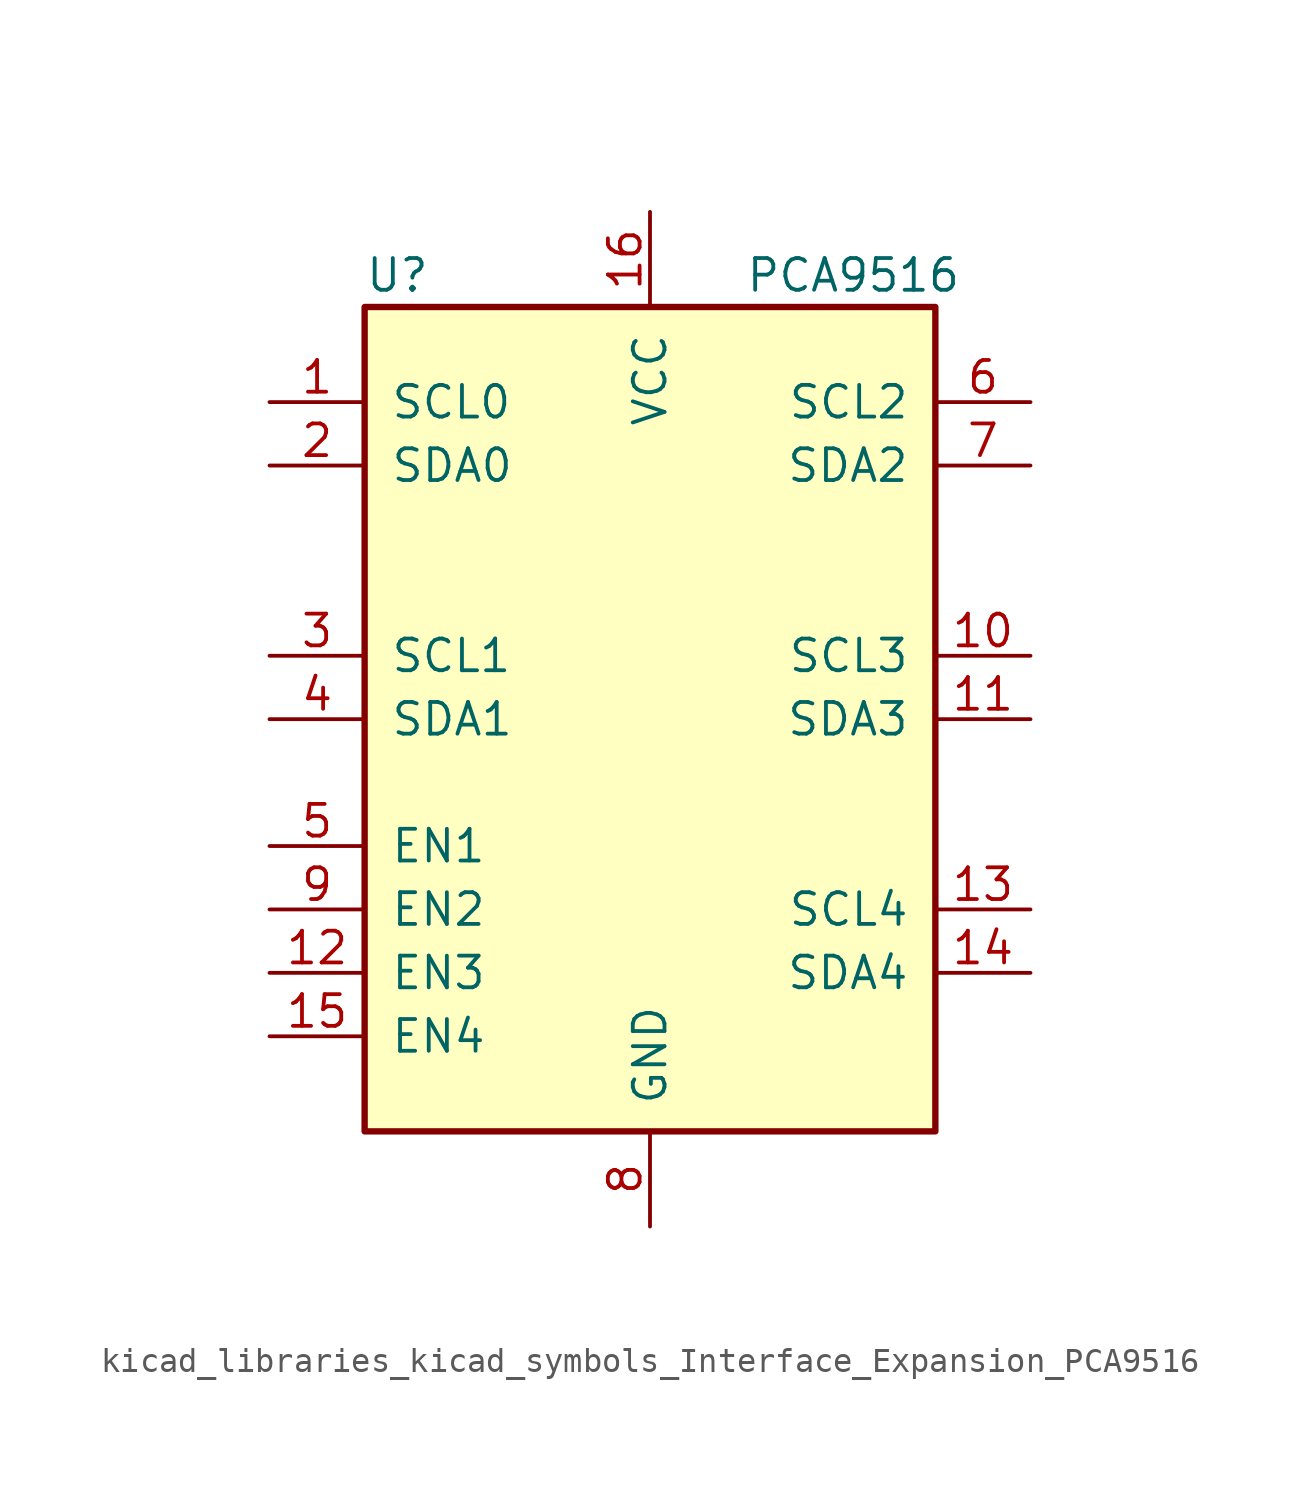
<source format=kicad_sym>
(kicad_symbol_lib
  (version 20220914)
  (generator kicad_symbol_editor)
  (symbol "kicad_libraries_kicad_symbols_Interface_Expansion_PCA9516"
    (pin_names
      (offset 1.016))
    (property "Reference" "U"
      (at -11.43 17.78 0)
      (effects (font (size 1.27 1.27)) (justify left)))
    (property "Value" "PCA9516"
      (at 3.81 17.78 0)
      (effects (font (size 1.27 1.27)) (justify left)))
    (symbol "kicad_libraries_kicad_symbols_Interface_Expansion_PCA9516_0_1"
      (rectangle (start -11.43 16.51) (end 11.43 -16.51) (stroke (width 0.254) (type default)) (fill (type background))))
    (symbol "kicad_libraries_kicad_symbols_Interface_Expansion_PCA9516_1_1"
      (pin bidirectional line (at -15.24 12.7 0) (length 3.81) (name "SCL0" (effects (font (size 1.27 1.27)))) (number "1" (effects (font (size 1.27 1.27)))))
      (pin bidirectional line (at 15.24 2.54 180) (length 3.81) (name "SCL3" (effects (font (size 1.27 1.27)))) (number "10" (effects (font (size 1.27 1.27)))))
      (pin bidirectional line (at 15.24 0 180) (length 3.81) (name "SDA3" (effects (font (size 1.27 1.27)))) (number "11" (effects (font (size 1.27 1.27)))))
      (pin input line (at -15.24 -10.16 0) (length 3.81) (name "EN3" (effects (font (size 1.27 1.27)))) (number "12" (effects (font (size 1.27 1.27)))))
      (pin bidirectional line (at 15.24 -7.62 180) (length 3.81) (name "SCL4" (effects (font (size 1.27 1.27)))) (number "13" (effects (font (size 1.27 1.27)))))
      (pin bidirectional line (at 15.24 -10.16 180) (length 3.81) (name "SDA4" (effects (font (size 1.27 1.27)))) (number "14" (effects (font (size 1.27 1.27)))))
      (pin input line (at -15.24 -12.7 0) (length 3.81) (name "EN4" (effects (font (size 1.27 1.27)))) (number "15" (effects (font (size 1.27 1.27)))))
      (pin power_in line (at 0 20.32 270) (length 3.81) (name "VCC" (effects (font (size 1.27 1.27)))) (number "16" (effects (font (size 1.27 1.27)))))
      (pin bidirectional line (at -15.24 10.16 0) (length 3.81) (name "SDA0" (effects (font (size 1.27 1.27)))) (number "2" (effects (font (size 1.27 1.27)))))
      (pin bidirectional line (at -15.24 2.54 0) (length 3.81) (name "SCL1" (effects (font (size 1.27 1.27)))) (number "3" (effects (font (size 1.27 1.27)))))
      (pin bidirectional line (at -15.24 0 0) (length 3.81) (name "SDA1" (effects (font (size 1.27 1.27)))) (number "4" (effects (font (size 1.27 1.27)))))
      (pin input line (at -15.24 -5.08 0) (length 3.81) (name "EN1" (effects (font (size 1.27 1.27)))) (number "5" (effects (font (size 1.27 1.27)))))
      (pin bidirectional line (at 15.24 12.7 180) (length 3.81) (name "SCL2" (effects (font (size 1.27 1.27)))) (number "6" (effects (font (size 1.27 1.27)))))
      (pin bidirectional line (at 15.24 10.16 180) (length 3.81) (name "SDA2" (effects (font (size 1.27 1.27)))) (number "7" (effects (font (size 1.27 1.27)))))
      (pin power_in line (at 0 -20.32 90) (length 3.81) (name "GND" (effects (font (size 1.27 1.27)))) (number "8" (effects (font (size 1.27 1.27)))))
      (pin input line (at -15.24 -7.62 0) (length 3.81) (name "EN2" (effects (font (size 1.27 1.27)))) (number "9" (effects (font (size 1.27 1.27))))))))
</source>
